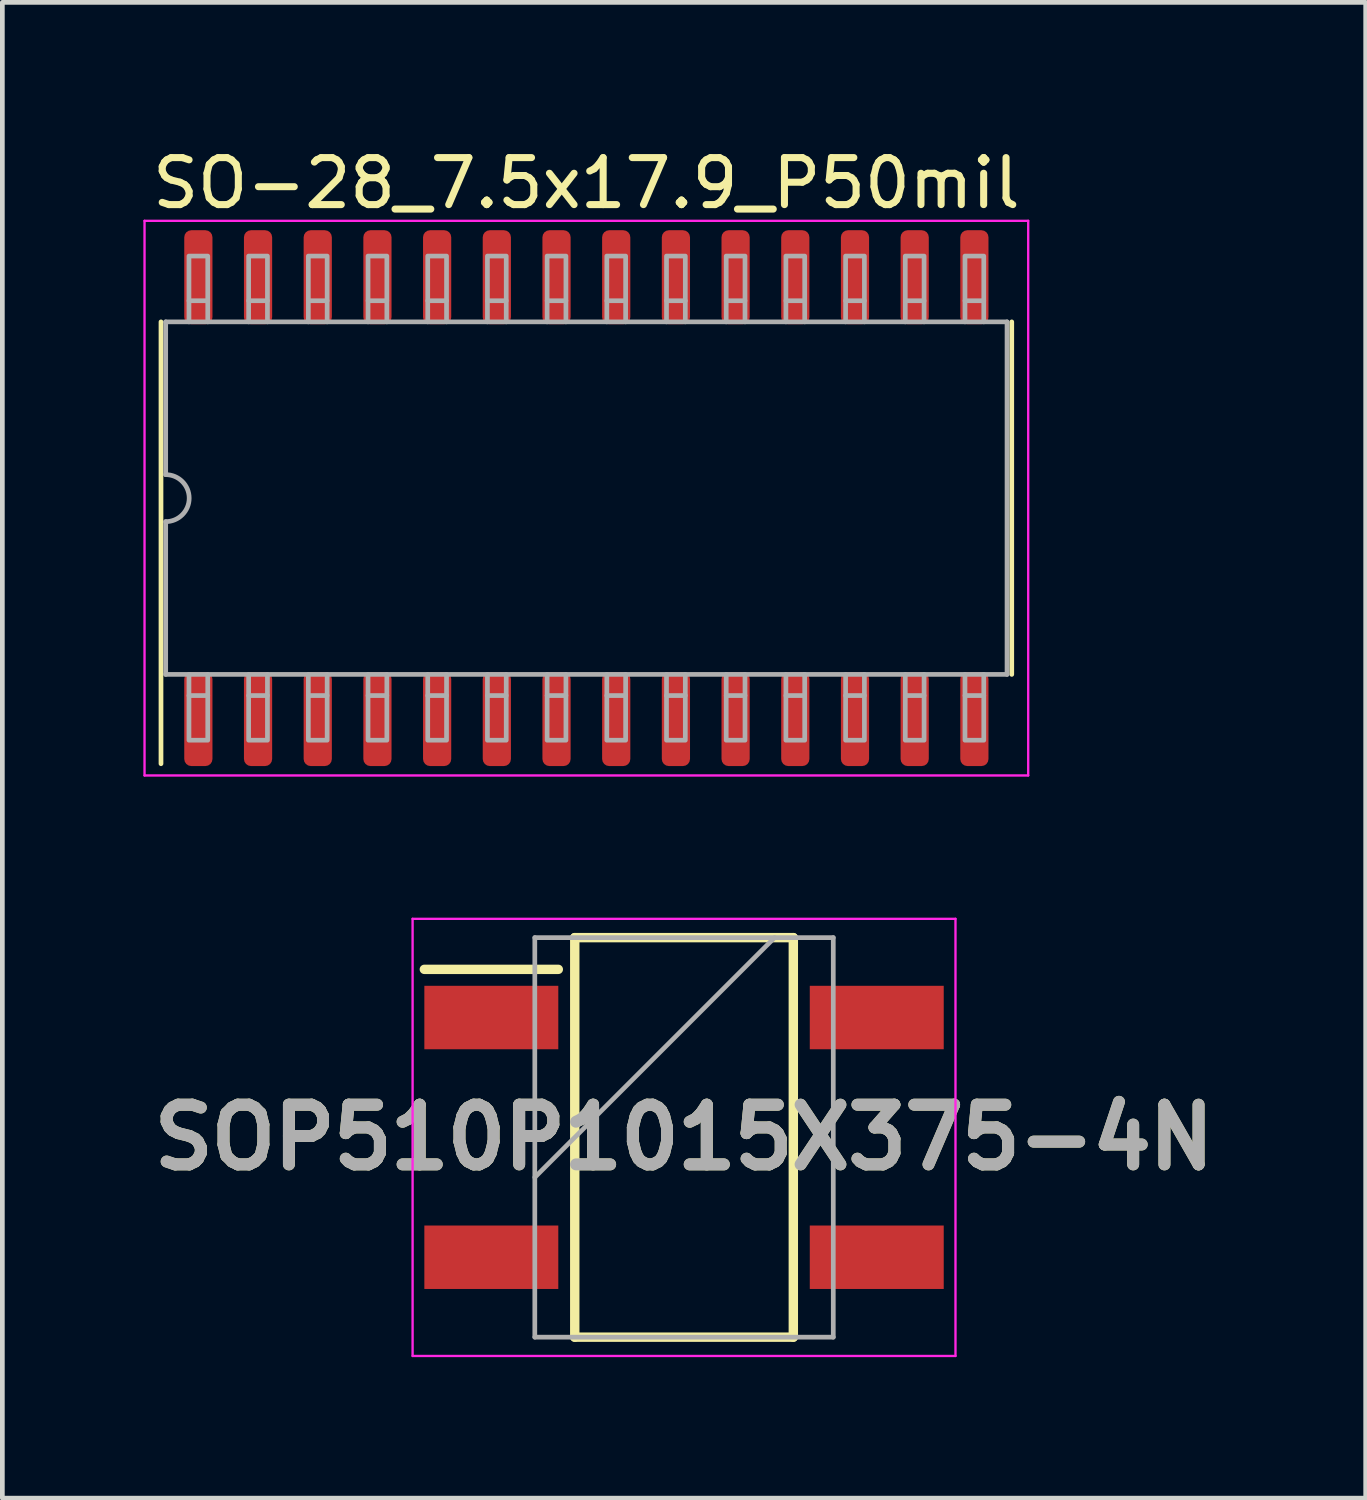
<source format=kicad_pcb>
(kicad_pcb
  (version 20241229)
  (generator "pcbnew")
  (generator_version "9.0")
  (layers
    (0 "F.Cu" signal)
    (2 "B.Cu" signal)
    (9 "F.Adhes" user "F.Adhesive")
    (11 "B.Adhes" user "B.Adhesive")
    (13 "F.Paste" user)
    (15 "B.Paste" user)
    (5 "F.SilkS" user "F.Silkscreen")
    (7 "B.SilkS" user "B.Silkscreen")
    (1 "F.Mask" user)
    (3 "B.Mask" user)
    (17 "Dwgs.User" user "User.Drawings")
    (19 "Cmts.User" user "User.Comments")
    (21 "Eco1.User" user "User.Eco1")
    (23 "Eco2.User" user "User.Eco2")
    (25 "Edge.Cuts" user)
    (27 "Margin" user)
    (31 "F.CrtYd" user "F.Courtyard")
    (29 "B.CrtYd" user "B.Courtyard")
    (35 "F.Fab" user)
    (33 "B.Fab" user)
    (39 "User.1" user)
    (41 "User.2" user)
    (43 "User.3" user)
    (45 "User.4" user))
  (footprint "SOP510P1015X375-4N"
    (layer "F.Cu")
    (at 11.503 21.148)
    (property "Reference" "SOP510P1015X375-4N" (at 0 0 0) (layer "F.SilkS") (effects (font (size 1.27 1.27) (thickness 0.254))))
    (attr smd)
    (fp_line (start -5.525 -3.575) (end -2.675 -3.575) (stroke (width 0.2) (type solid)) (layer "F.SilkS"))
    (fp_line (start -2.325 -4.25) (end 2.325 -4.25) (stroke (width 0.2) (type solid)) (layer "F.SilkS"))
    (fp_line (start -2.325 4.25) (end -2.325 -4.25) (stroke (width 0.2) (type solid)) (layer "F.SilkS"))
    (fp_line (start 2.325 -4.25) (end 2.325 4.25) (stroke (width 0.2) (type solid)) (layer "F.SilkS"))
    (fp_line (start 2.325 4.25) (end -2.325 4.25) (stroke (width 0.2) (type solid)) (layer "F.SilkS"))
    (fp_line (start -5.775 -4.65) (end 5.775 -4.65) (stroke (width 0.05) (type solid)) (layer "F.CrtYd"))
    (fp_line (start -5.775 4.65) (end -5.775 -4.65) (stroke (width 0.05) (type solid)) (layer "F.CrtYd"))
    (fp_line (start 5.775 -4.65) (end 5.775 4.65) (stroke (width 0.05) (type solid)) (layer "F.CrtYd"))
    (fp_line (start 5.775 4.65) (end -5.775 4.65) (stroke (width 0.05) (type solid)) (layer "F.CrtYd"))
    (fp_line (start -3.175 -4.25) (end 3.175 -4.25) (stroke (width 0.1) (type solid)) (layer "F.Fab"))
    (fp_line (start -3.175 0.85) (end 1.925 -4.25) (stroke (width 0.1) (type solid)) (layer "F.Fab"))
    (fp_line (start -3.175 4.25) (end -3.175 -4.25) (stroke (width 0.1) (type solid)) (layer "F.Fab"))
    (fp_line (start 3.175 -4.25) (end 3.175 4.25) (stroke (width 0.1) (type solid)) (layer "F.Fab"))
    (fp_line (start 3.175 4.25) (end -3.175 4.25) (stroke (width 0.1) (type solid)) (layer "F.Fab"))
    (fp_text user "${REFERENCE}" (at 0 0 0) (layer "F.Fab") (effects (font (size 1.27 1.27) (thickness 0.254))))
    (pad "1" smd rect (at -4.1 -2.55 90) (size 1.35 2.85) (layers "F.Cu" "F.Mask" "F.Paste"))
    (pad "2" smd rect (at -4.1 2.55 90) (size 1.35 2.85) (layers "F.Cu" "F.Mask" "F.Paste"))
    (pad "3" smd rect (at 4.1 2.55 90) (size 1.35 2.85) (layers "F.Cu" "F.Mask" "F.Paste"))
    (pad "4" smd rect (at 4.1 -2.55 90) (size 1.35 2.85) (layers "F.Cu" "F.Mask" "F.Paste")))
  (footprint "SO-28_7.5x17.9_P50mil"
    (layer "F.Cu")
    (at 9.425 7.548)
    (property "Reference" "SO-28_7.5x17.9_P50mil" (at 0 -6.7 0) (layer "F.SilkS") (effects (font (size 1 1) (thickness 0.15))))
    (attr smd)
    (fp_line (start -9.05 5.65) (end -9.05 -3.75) (stroke (width 0.1) (type solid)) (layer "F.SilkS"))
    (fp_line (start 9.05 3.75) (end 9.05 -3.75) (stroke (width 0.1) (type solid)) (layer "F.SilkS"))
    (fp_line (start -9.4 -5.9) (end -9.4 5.9) (stroke (width 0.05) (type solid)) (layer "F.CrtYd"))
    (fp_line (start -9.4 5.9) (end 9.4 5.9) (stroke (width 0.05) (type solid)) (layer "F.CrtYd"))
    (fp_line (start 9.4 -5.9) (end -9.4 -5.9) (stroke (width 0.05) (type solid)) (layer "F.CrtYd"))
    (fp_line (start 9.4 5.9) (end 9.4 -5.9) (stroke (width 0.05) (type solid)) (layer "F.CrtYd"))
    (fp_line (start -8.95 -3.75) (end 8.95 -3.75) (stroke (width 0.1) (type solid)) (layer "F.Fab"))
    (fp_line (start -8.95 -0.5) (end -8.95 -3.75) (stroke (width 0.1) (type solid)) (layer "F.Fab"))
    (fp_line (start -8.95 3.75) (end -8.95 0.5) (stroke (width 0.1) (type solid)) (layer "F.Fab"))
    (fp_line (start -8.95 3.75) (end 8.95 3.75) (stroke (width 0.1) (type solid)) (layer "F.Fab"))
    (fp_line (start -8.455 -4.2) (end -8.455 -3.75) (stroke (width 0.1) (type solid)) (layer "F.Fab"))
    (fp_line (start -8.455 4.2) (end -8.455 3.75) (stroke (width 0.1) (type solid)) (layer "F.Fab"))
    (fp_line (start -8.055 -4.2) (end -8.055 -3.75) (stroke (width 0.1) (type solid)) (layer "F.Fab"))
    (fp_line (start -8.055 4.2) (end -8.055 3.75) (stroke (width 0.1) (type solid)) (layer "F.Fab"))
    (fp_line (start -7.185 -4.2) (end -7.185 -3.75) (stroke (width 0.1) (type solid)) (layer "F.Fab"))
    (fp_line (start -7.185 4.2) (end -7.185 3.75) (stroke (width 0.1) (type solid)) (layer "F.Fab"))
    (fp_line (start -6.785 -4.2) (end -6.785 -3.75) (stroke (width 0.1) (type solid)) (layer "F.Fab"))
    (fp_line (start -6.785 4.2) (end -6.785 3.75) (stroke (width 0.1) (type solid)) (layer "F.Fab"))
    (fp_line (start -5.915 -4.2) (end -5.915 -3.75) (stroke (width 0.1) (type solid)) (layer "F.Fab"))
    (fp_line (start -5.915 4.2) (end -5.915 3.75) (stroke (width 0.1) (type solid)) (layer "F.Fab"))
    (fp_line (start -5.515 -4.2) (end -5.515 -3.75) (stroke (width 0.1) (type solid)) (layer "F.Fab"))
    (fp_line (start -5.515 4.2) (end -5.515 3.75) (stroke (width 0.1) (type solid)) (layer "F.Fab"))
    (fp_line (start -4.645 -4.2) (end -4.645 -3.75) (stroke (width 0.1) (type solid)) (layer "F.Fab"))
    (fp_line (start -4.645 4.2) (end -4.645 3.75) (stroke (width 0.1) (type solid)) (layer "F.Fab"))
    (fp_line (start -4.245 -4.2) (end -4.245 -3.75) (stroke (width 0.1) (type solid)) (layer "F.Fab"))
    (fp_line (start -4.245 4.2) (end -4.245 3.75) (stroke (width 0.1) (type solid)) (layer "F.Fab"))
    (fp_line (start -3.375 -4.2) (end -3.375 -3.75) (stroke (width 0.1) (type solid)) (layer "F.Fab"))
    (fp_line (start -3.375 4.2) (end -3.375 3.75) (stroke (width 0.1) (type solid)) (layer "F.Fab"))
    (fp_line (start -2.975 -4.2) (end -2.975 -3.75) (stroke (width 0.1) (type solid)) (layer "F.Fab"))
    (fp_line (start -2.975 4.2) (end -2.975 3.75) (stroke (width 0.1) (type solid)) (layer "F.Fab"))
    (fp_line (start -2.105 -4.2) (end -2.105 -3.75) (stroke (width 0.1) (type solid)) (layer "F.Fab"))
    (fp_line (start -2.105 4.2) (end -2.105 3.75) (stroke (width 0.1) (type solid)) (layer "F.Fab"))
    (fp_line (start -1.705 -4.2) (end -1.705 -3.75) (stroke (width 0.1) (type solid)) (layer "F.Fab"))
    (fp_line (start -1.705 4.2) (end -1.705 3.75) (stroke (width 0.1) (type solid)) (layer "F.Fab"))
    (fp_line (start -0.835 -4.2) (end -0.835 -3.75) (stroke (width 0.1) (type solid)) (layer "F.Fab"))
    (fp_line (start -0.835 4.2) (end -0.835 3.75) (stroke (width 0.1) (type solid)) (layer "F.Fab"))
    (fp_line (start -0.435 -4.2) (end -0.435 -3.75) (stroke (width 0.1) (type solid)) (layer "F.Fab"))
    (fp_line (start -0.435 4.2) (end -0.435 3.75) (stroke (width 0.1) (type solid)) (layer "F.Fab"))
    (fp_line (start 0.435 -4.2) (end 0.435 -3.75) (stroke (width 0.1) (type solid)) (layer "F.Fab"))
    (fp_line (start 0.435 4.2) (end 0.435 3.75) (stroke (width 0.1) (type solid)) (layer "F.Fab"))
    (fp_line (start 0.835 -4.2) (end 0.835 -3.75) (stroke (width 0.1) (type solid)) (layer "F.Fab"))
    (fp_line (start 0.835 4.2) (end 0.835 3.75) (stroke (width 0.1) (type solid)) (layer "F.Fab"))
    (fp_line (start 1.705 -4.2) (end 1.705 -3.75) (stroke (width 0.1) (type solid)) (layer "F.Fab"))
    (fp_line (start 1.705 4.2) (end 1.705 3.75) (stroke (width 0.1) (type solid)) (layer "F.Fab"))
    (fp_line (start 2.105 -4.2) (end 2.105 -3.75) (stroke (width 0.1) (type solid)) (layer "F.Fab"))
    (fp_line (start 2.105 4.2) (end 2.105 3.75) (stroke (width 0.1) (type solid)) (layer "F.Fab"))
    (fp_line (start 2.975 -4.2) (end 2.975 -3.75) (stroke (width 0.1) (type solid)) (layer "F.Fab"))
    (fp_line (start 2.975 4.2) (end 2.975 3.75) (stroke (width 0.1) (type solid)) (layer "F.Fab"))
    (fp_line (start 3.375 -4.2) (end 3.375 -3.75) (stroke (width 0.1) (type solid)) (layer "F.Fab"))
    (fp_line (start 3.375 4.2) (end 3.375 3.75) (stroke (width 0.1) (type solid)) (layer "F.Fab"))
    (fp_line (start 4.245 -4.2) (end 4.245 -3.75) (stroke (width 0.1) (type solid)) (layer "F.Fab"))
    (fp_line (start 4.245 4.2) (end 4.245 3.75) (stroke (width 0.1) (type solid)) (layer "F.Fab"))
    (fp_line (start 4.645 -4.2) (end 4.645 -3.75) (stroke (width 0.1) (type solid)) (layer "F.Fab"))
    (fp_line (start 4.645 4.2) (end 4.645 3.75) (stroke (width 0.1) (type solid)) (layer "F.Fab"))
    (fp_line (start 5.515 -4.2) (end 5.515 -3.75) (stroke (width 0.1) (type solid)) (layer "F.Fab"))
    (fp_line (start 5.515 4.2) (end 5.515 3.75) (stroke (width 0.1) (type solid)) (layer "F.Fab"))
    (fp_line (start 5.915 -4.2) (end 5.915 -3.75) (stroke (width 0.1) (type solid)) (layer "F.Fab"))
    (fp_line (start 5.915 4.2) (end 5.915 3.75) (stroke (width 0.1) (type solid)) (layer "F.Fab"))
    (fp_line (start 6.785 -4.2) (end 6.785 -3.75) (stroke (width 0.1) (type solid)) (layer "F.Fab"))
    (fp_line (start 6.785 4.2) (end 6.785 3.75) (stroke (width 0.1) (type solid)) (layer "F.Fab"))
    (fp_line (start 7.185 -4.2) (end 7.185 -3.75) (stroke (width 0.1) (type solid)) (layer "F.Fab"))
    (fp_line (start 7.185 4.2) (end 7.185 3.75) (stroke (width 0.1) (type solid)) (layer "F.Fab"))
    (fp_line (start 8.055 -4.2) (end 8.055 -3.75) (stroke (width 0.1) (type solid)) (layer "F.Fab"))
    (fp_line (start 8.055 4.2) (end 8.055 3.75) (stroke (width 0.1) (type solid)) (layer "F.Fab"))
    (fp_line (start 8.455 -4.2) (end 8.455 -3.75) (stroke (width 0.1) (type solid)) (layer "F.Fab"))
    (fp_line (start 8.455 4.2) (end 8.455 3.75) (stroke (width 0.1) (type solid)) (layer "F.Fab"))
    (fp_line (start 8.95 3.75) (end 8.95 -3.75) (stroke (width 0.1) (type solid)) (layer "F.Fab"))
    (fp_arc (start -8.95 -0.5) (mid -8.45 0) (end -8.95 0.5) (stroke (width 0.1) (type solid)) (layer "F.Fab"))
    (fp_poly (pts (xy -8.455 -4.2) (xy -8.455 -5.15) (xy -8.055 -5.15) (xy -8.055 -4.2)) (stroke (width 0.1) (type solid)) (fill no) (layer "F.Fab"))
    (fp_poly (pts (xy -8.055 4.2) (xy -8.055 5.15) (xy -8.455 5.15) (xy -8.455 4.2)) (stroke (width 0.1) (type solid)) (fill no) (layer "F.Fab"))
    (fp_poly (pts (xy -7.185 -4.2) (xy -7.185 -5.15) (xy -6.785 -5.15) (xy -6.785 -4.2)) (stroke (width 0.1) (type solid)) (fill no) (layer "F.Fab"))
    (fp_poly (pts (xy -6.785 4.2) (xy -6.785 5.15) (xy -7.185 5.15) (xy -7.185 4.2)) (stroke (width 0.1) (type solid)) (fill no) (layer "F.Fab"))
    (fp_poly (pts (xy -5.915 -4.2) (xy -5.915 -5.15) (xy -5.515 -5.15) (xy -5.515 -4.2)) (stroke (width 0.1) (type solid)) (fill no) (layer "F.Fab"))
    (fp_poly (pts (xy -5.515 4.2) (xy -5.515 5.15) (xy -5.915 5.15) (xy -5.915 4.2)) (stroke (width 0.1) (type solid)) (fill no) (layer "F.Fab"))
    (fp_poly (pts (xy -4.645 -4.2) (xy -4.645 -5.15) (xy -4.245 -5.15) (xy -4.245 -4.2)) (stroke (width 0.1) (type solid)) (fill no) (layer "F.Fab"))
    (fp_poly (pts (xy -4.245 4.2) (xy -4.245 5.15) (xy -4.645 5.15) (xy -4.645 4.2)) (stroke (width 0.1) (type solid)) (fill no) (layer "F.Fab"))
    (fp_poly (pts (xy -3.375 -4.2) (xy -3.375 -5.15) (xy -2.975 -5.15) (xy -2.975 -4.2)) (stroke (width 0.1) (type solid)) (fill no) (layer "F.Fab"))
    (fp_poly (pts (xy -2.975 4.2) (xy -2.975 5.15) (xy -3.375 5.15) (xy -3.375 4.2)) (stroke (width 0.1) (type solid)) (fill no) (layer "F.Fab"))
    (fp_poly (pts (xy -2.105 -4.2) (xy -2.105 -5.15) (xy -1.705 -5.15) (xy -1.705 -4.2)) (stroke (width 0.1) (type solid)) (fill no) (layer "F.Fab"))
    (fp_poly (pts (xy -1.705 4.2) (xy -1.705 5.15) (xy -2.105 5.15) (xy -2.105 4.2)) (stroke (width 0.1) (type solid)) (fill no) (layer "F.Fab"))
    (fp_poly (pts (xy -0.835 -4.2) (xy -0.835 -5.15) (xy -0.435 -5.15) (xy -0.435 -4.2)) (stroke (width 0.1) (type solid)) (fill no) (layer "F.Fab"))
    (fp_poly (pts (xy -0.435 4.2) (xy -0.435 5.15) (xy -0.835 5.15) (xy -0.835 4.2)) (stroke (width 0.1) (type solid)) (fill no) (layer "F.Fab"))
    (fp_poly (pts (xy 0.435 -4.2) (xy 0.435 -5.15) (xy 0.835 -5.15) (xy 0.835 -4.2)) (stroke (width 0.1) (type solid)) (fill no) (layer "F.Fab"))
    (fp_poly (pts (xy 0.835 4.2) (xy 0.835 5.15) (xy 0.435 5.15) (xy 0.435 4.2)) (stroke (width 0.1) (type solid)) (fill no) (layer "F.Fab"))
    (fp_poly (pts (xy 1.705 -4.2) (xy 1.705 -5.15) (xy 2.105 -5.15) (xy 2.105 -4.2)) (stroke (width 0.1) (type solid)) (fill no) (layer "F.Fab"))
    (fp_poly (pts (xy 2.105 4.2) (xy 2.105 5.15) (xy 1.705 5.15) (xy 1.705 4.2)) (stroke (width 0.1) (type solid)) (fill no) (layer "F.Fab"))
    (fp_poly (pts (xy 2.975 -4.2) (xy 2.975 -5.15) (xy 3.375 -5.15) (xy 3.375 -4.2)) (stroke (width 0.1) (type solid)) (fill no) (layer "F.Fab"))
    (fp_poly (pts (xy 3.375 4.2) (xy 3.375 5.15) (xy 2.975 5.15) (xy 2.975 4.2)) (stroke (width 0.1) (type solid)) (fill no) (layer "F.Fab"))
    (fp_poly (pts (xy 4.245 -4.2) (xy 4.245 -5.15) (xy 4.645 -5.15) (xy 4.645 -4.2)) (stroke (width 0.1) (type solid)) (fill no) (layer "F.Fab"))
    (fp_poly (pts (xy 4.645 4.2) (xy 4.645 5.15) (xy 4.245 5.15) (xy 4.245 4.2)) (stroke (width 0.1) (type solid)) (fill no) (layer "F.Fab"))
    (fp_poly (pts (xy 5.515 -4.2) (xy 5.515 -5.15) (xy 5.915 -5.15) (xy 5.915 -4.2)) (stroke (width 0.1) (type solid)) (fill no) (layer "F.Fab"))
    (fp_poly (pts (xy 5.915 4.2) (xy 5.915 5.15) (xy 5.515 5.15) (xy 5.515 4.2)) (stroke (width 0.1) (type solid)) (fill no) (layer "F.Fab"))
    (fp_poly (pts (xy 6.785 -4.2) (xy 6.785 -5.15) (xy 7.185 -5.15) (xy 7.185 -4.2)) (stroke (width 0.1) (type solid)) (fill no) (layer "F.Fab"))
    (fp_poly (pts (xy 7.185 4.2) (xy 7.185 5.15) (xy 6.785 5.15) (xy 6.785 4.2)) (stroke (width 0.1) (type solid)) (fill no) (layer "F.Fab"))
    (fp_poly (pts (xy 8.055 -4.2) (xy 8.055 -5.15) (xy 8.455 -5.15) (xy 8.455 -4.2)) (stroke (width 0.1) (type solid)) (fill no) (layer "F.Fab"))
    (fp_poly (pts (xy 8.455 4.2) (xy 8.455 5.15) (xy 8.055 5.15) (xy 8.055 4.2)) (stroke (width 0.1) (type solid)) (fill no) (layer "F.Fab"))
    (pad "1" smd roundrect (at -8.255 4.7 90) (size 2 0.6) (layers "F.Cu" "F.Mask" "F.Paste") (roundrect_rratio 0.25))
    (pad "2" smd roundrect (at -6.985 4.7 90) (size 2 0.6) (layers "F.Cu" "F.Mask" "F.Paste") (roundrect_rratio 0.25))
    (pad "3" smd roundrect (at -5.715 4.7 90) (size 2 0.6) (layers "F.Cu" "F.Mask" "F.Paste") (roundrect_rratio 0.25))
    (pad "4" smd roundrect (at -4.445 4.7 90) (size 2 0.6) (layers "F.Cu" "F.Mask" "F.Paste") (roundrect_rratio 0.25))
    (pad "5" smd roundrect (at -3.175 4.7 90) (size 2 0.6) (layers "F.Cu" "F.Mask" "F.Paste") (roundrect_rratio 0.25))
    (pad "6" smd roundrect (at -1.905 4.7 90) (size 2 0.6) (layers "F.Cu" "F.Mask" "F.Paste") (roundrect_rratio 0.25))
    (pad "7" smd roundrect (at -0.635 4.7 90) (size 2 0.6) (layers "F.Cu" "F.Mask" "F.Paste") (roundrect_rratio 0.25))
    (pad "8" smd roundrect (at 0.635 4.7 90) (size 2 0.6) (layers "F.Cu" "F.Mask" "F.Paste") (roundrect_rratio 0.25))
    (pad "9" smd roundrect (at 1.905 4.7 90) (size 2 0.6) (layers "F.Cu" "F.Mask" "F.Paste") (roundrect_rratio 0.25))
    (pad "10" smd roundrect (at 3.175 4.7 90) (size 2 0.6) (layers "F.Cu" "F.Mask" "F.Paste") (roundrect_rratio 0.25))
    (pad "11" smd roundrect (at 4.445 4.7 90) (size 2 0.6) (layers "F.Cu" "F.Mask" "F.Paste") (roundrect_rratio 0.25))
    (pad "12" smd roundrect (at 5.715 4.7 90) (size 2 0.6) (layers "F.Cu" "F.Mask" "F.Paste") (roundrect_rratio 0.25))
    (pad "13" smd roundrect (at 6.985 4.7 90) (size 2 0.6) (layers "F.Cu" "F.Mask" "F.Paste") (roundrect_rratio 0.25))
    (pad "14" smd roundrect (at 8.255 4.7 90) (size 2 0.6) (layers "F.Cu" "F.Mask" "F.Paste") (roundrect_rratio 0.25))
    (pad "15" smd roundrect (at 8.255 -4.7 90) (size 2 0.6) (layers "F.Cu" "F.Mask" "F.Paste") (roundrect_rratio 0.25))
    (pad "16" smd roundrect (at 6.985 -4.7 90) (size 2 0.6) (layers "F.Cu" "F.Mask" "F.Paste") (roundrect_rratio 0.25))
    (pad "17" smd roundrect (at 5.715 -4.7 90) (size 2 0.6) (layers "F.Cu" "F.Mask" "F.Paste") (roundrect_rratio 0.25))
    (pad "18" smd roundrect (at 4.445 -4.7 90) (size 2 0.6) (layers "F.Cu" "F.Mask" "F.Paste") (roundrect_rratio 0.25))
    (pad "19" smd roundrect (at 3.175 -4.7 90) (size 2 0.6) (layers "F.Cu" "F.Mask" "F.Paste") (roundrect_rratio 0.25))
    (pad "20" smd roundrect (at 1.905 -4.7 90) (size 2 0.6) (layers "F.Cu" "F.Mask" "F.Paste") (roundrect_rratio 0.25))
    (pad "21" smd roundrect (at 0.635 -4.7 90) (size 2 0.6) (layers "F.Cu" "F.Mask" "F.Paste") (roundrect_rratio 0.25))
    (pad "22" smd roundrect (at -0.635 -4.7 90) (size 2 0.6) (layers "F.Cu" "F.Mask" "F.Paste") (roundrect_rratio 0.25))
    (pad "23" smd roundrect (at -1.905 -4.7 90) (size 2 0.6) (layers "F.Cu" "F.Mask" "F.Paste") (roundrect_rratio 0.25))
    (pad "24" smd roundrect (at -3.175 -4.7 90) (size 2 0.6) (layers "F.Cu" "F.Mask" "F.Paste") (roundrect_rratio 0.25))
    (pad "25" smd roundrect (at -4.445 -4.7 90) (size 2 0.6) (layers "F.Cu" "F.Mask" "F.Paste") (roundrect_rratio 0.25))
    (pad "26" smd roundrect (at -5.715 -4.7 90) (size 2 0.6) (layers "F.Cu" "F.Mask" "F.Paste") (roundrect_rratio 0.25))
    (pad "27" smd roundrect (at -6.985 -4.7 90) (size 2 0.6) (layers "F.Cu" "F.Mask" "F.Paste") (roundrect_rratio 0.25))
    (pad "28" smd roundrect (at -8.255 -4.7 90) (size 2 0.6) (layers "F.Cu" "F.Mask" "F.Paste") (roundrect_rratio 0.25)))
  (gr_rect
    (start -3 -3)
    (end 26.005 28.823)
    (stroke (width 0.1) (type default))
    (fill no)
    (layer "Edge.Cuts")))
</source>
